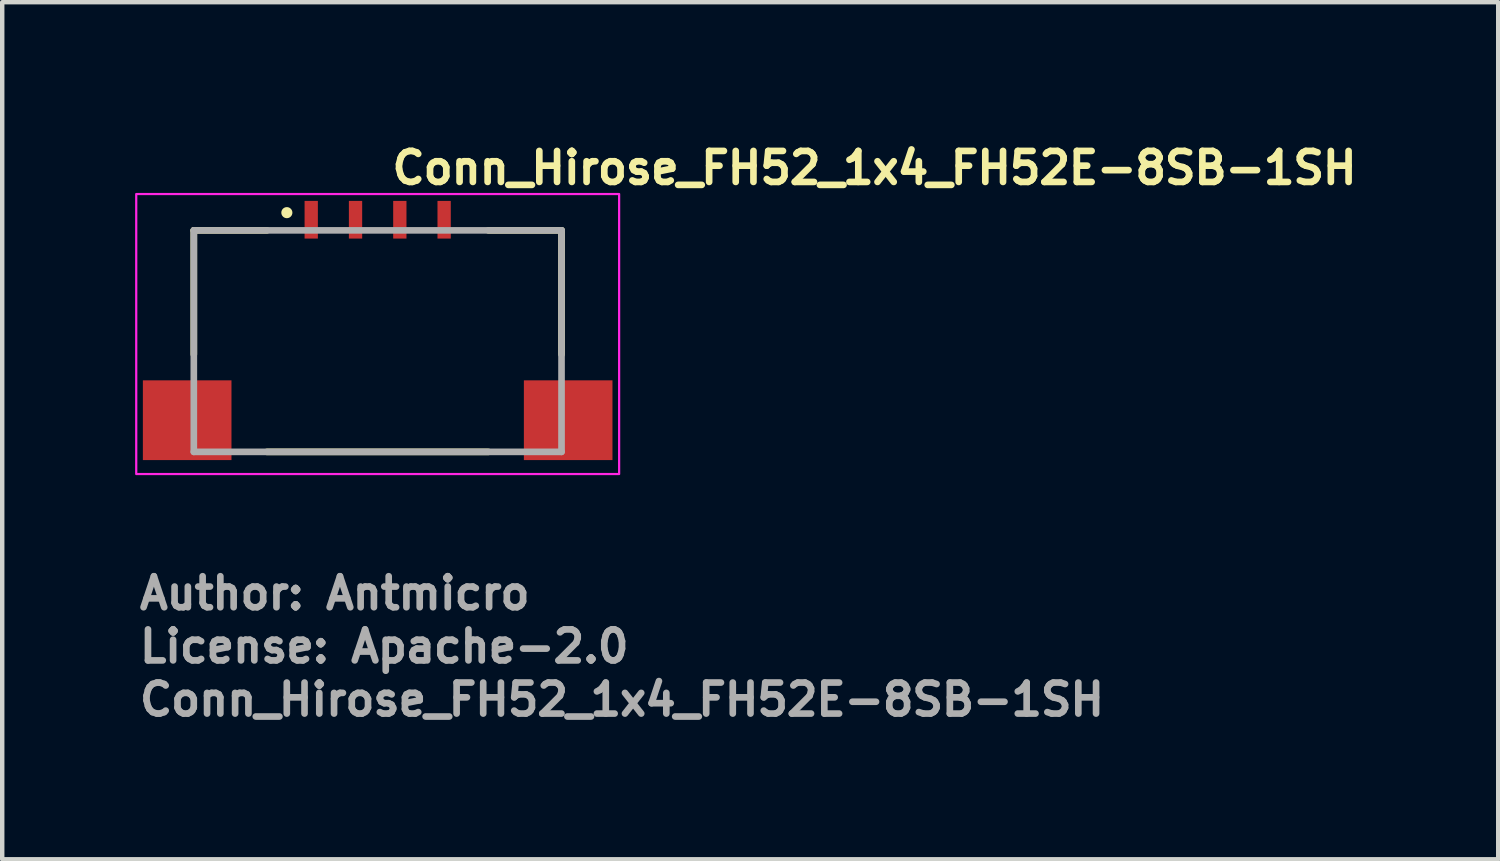
<source format=kicad_pcb>
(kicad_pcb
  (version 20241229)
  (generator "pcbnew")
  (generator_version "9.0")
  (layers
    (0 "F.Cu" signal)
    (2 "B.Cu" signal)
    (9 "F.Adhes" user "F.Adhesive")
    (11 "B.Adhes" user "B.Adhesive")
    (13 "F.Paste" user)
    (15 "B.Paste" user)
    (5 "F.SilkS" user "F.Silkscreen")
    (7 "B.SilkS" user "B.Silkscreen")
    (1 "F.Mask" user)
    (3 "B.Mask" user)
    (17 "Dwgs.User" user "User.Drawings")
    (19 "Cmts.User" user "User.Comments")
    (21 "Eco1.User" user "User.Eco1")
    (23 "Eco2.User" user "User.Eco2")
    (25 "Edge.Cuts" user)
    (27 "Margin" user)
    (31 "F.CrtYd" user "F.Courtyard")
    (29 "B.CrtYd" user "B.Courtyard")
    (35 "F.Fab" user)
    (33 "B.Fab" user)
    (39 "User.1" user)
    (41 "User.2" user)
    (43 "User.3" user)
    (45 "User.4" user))
  (footprint "Conn_Hirose_FH52_1x4_FH52E-8SB-1SH"
    (layer "F.Cu")
    (at 5.725 4.55)
    (property "Reference" "Conn_Hirose_FH52_1x4_FH52E-8SB-1SH" (at 0 -3.4 0) (layer "F.SilkS") (effects (font (size 0.7 0.7) (thickness 0.15)) (justify left bottom)))
    (attr smd)
    (fp_line (start -4.4 -2.4) (end -4.4 0.4) (stroke (width 0.15) (type solid)) (layer "F.SilkS"))
    (fp_line (start -2.75 -2.4) (end -4.4 -2.4) (stroke (width 0.15) (type solid)) (layer "F.SilkS"))
    (fp_line (start -2.75 2.6) (end 2.25 2.6) (stroke (width 0.15) (type solid)) (layer "F.SilkS"))
    (fp_line (start 2.25 -2.4) (end 3.9 -2.4) (stroke (width 0.15) (type solid)) (layer "F.SilkS"))
    (fp_line (start 3.9 -2.4) (end 3.9 0.4) (stroke (width 0.15) (type solid)) (layer "F.SilkS"))
    (fp_circle (center -2.3 -2.8) (end -2.25 -2.8) (stroke (width 0.15) (type solid)) (fill yes) (layer "F.SilkS"))
    (fp_rect (start -5.7 -3.22) (end 5.2 3.1) (stroke (width 0.05) (type solid)) (fill no) (layer "F.CrtYd"))
    (fp_line (start -4.4 -2.4) (end 3.9 -2.4) (stroke (width 0.15) (type solid)) (layer "F.Fab"))
    (fp_line (start -4.4 2.6) (end -4.4 -2.4) (stroke (width 0.15) (type solid)) (layer "F.Fab"))
    (fp_line (start 3.9 -2.4) (end 3.9 2.6) (stroke (width 0.15) (type solid)) (layer "F.Fab"))
    (fp_line (start 3.9 2.6) (end -4.4 2.6) (stroke (width 0.15) (type solid)) (layer "F.Fab"))
    (fp_rect (start -4.55 -2.875) (end 4.55 2.875) (stroke (width 0.1) (type solid)) (fill no) (layer "User.5"))
    (fp_line (start -4.55 2.475) (end -4.55 1.275) (stroke (width 0.02) (type solid)) (layer "User.9"))
    (fp_line (start -4.15 -1.525) (end -4.15 2.625) (stroke (width 0.02) (type solid)) (layer "User.9"))
    (fp_line (start -4.15 1.275) (end -4.55 1.275) (stroke (width 0.02) (type solid)) (layer "User.9"))
    (fp_line (start -4.15 2.475) (end -4.55 2.475) (stroke (width 0.02) (type solid)) (layer "User.9"))
    (fp_line (start -4.15 2.625) (end -3.795 2.625) (stroke (width 0.02) (type solid)) (layer "User.9"))
    (fp_line (start -3.795 -0.635) (end -3.795 2.625) (stroke (width 0.02) (type solid)) (layer "User.9"))
    (fp_line (start -3.795 2.625) (end -3.645 2.625) (stroke (width 0.02) (type solid)) (layer "User.9"))
    (fp_line (start -3.645 -0.635) (end -3.645 2.625) (stroke (width 0.02) (type solid)) (layer "User.9"))
    (fp_line (start -3.645 -0.495) (end -2.855 -0.495) (stroke (width 0.02) (type solid)) (layer "User.9"))
    (fp_line (start -3.585 -0.055) (end -3.585 0.847) (stroke (width 0.02) (type solid)) (layer "User.9"))
    (fp_line (start -3.585 -0.055) (end -2.925 -0.055) (stroke (width 0.02) (type solid)) (layer "User.9"))
    (fp_line (start -3.585 0.847) (end -2.925 0.847) (stroke (width 0.02) (type solid)) (layer "User.9"))
    (fp_line (start -3.585 1.045) (end -3.585 0.847) (stroke (width 0.02) (type solid)) (layer "User.9"))
    (fp_line (start -3.585 1.045) (end 3.585 1.045) (stroke (width 0.02) (type solid)) (layer "User.9"))
    (fp_line (start -3.585 2.625) (end -3.645 2.625) (stroke (width 0.02) (type solid)) (layer "User.9"))
    (fp_line (start -3.585 2.625) (end -3.585 1.045) (stroke (width 0.02) (type solid)) (layer "User.9"))
    (fp_line (start -3.585 2.825) (end -3.585 2.625) (stroke (width 0.02) (type solid)) (layer "User.9"))
    (fp_line (start -3.425 2.825) (end -3.425 2.875) (stroke (width 0.02) (type solid)) (layer "User.9"))
    (fp_line (start -3.275 -0.495) (end -3.275 -0.055) (stroke (width 0.02) (type solid)) (layer "User.9"))
    (fp_line (start -3.275 2.825) (end -3.275 2.875) (stroke (width 0.02) (type solid)) (layer "User.9"))
    (fp_line (start -3.275 2.875) (end -3.425 2.875) (stroke (width 0.02) (type solid)) (layer "User.9"))
    (fp_line (start -3.262 -0.495) (end -3.262 -0.055) (stroke (width 0.02) (type solid)) (layer "User.9"))
    (fp_line (start -2.95 -2.175) (end -2.95 -1.525) (stroke (width 0.02) (type solid)) (layer "User.9"))
    (fp_line (start -2.95 -2.175) (end 2.95 -2.175) (stroke (width 0.02) (type solid)) (layer "User.9"))
    (fp_line (start -2.95 -1.525) (end -4.15 -1.525) (stroke (width 0.02) (type solid)) (layer "User.9"))
    (fp_line (start -2.925 0.795) (end 2.925 0.795) (stroke (width 0.02) (type solid)) (layer "User.9"))
    (fp_line (start -2.925 0.847) (end -2.925 -0.055) (stroke (width 0.02) (type solid)) (layer "User.9"))
    (fp_line (start -2.855 -0.635) (end -3.795 -0.635) (stroke (width 0.02) (type solid)) (layer "User.9"))
    (fp_line (start -2.855 -0.495) (end -2.855 -0.635) (stroke (width 0.02) (type solid)) (layer "User.9"))
    (fp_line (start -2.855 -0.495) (end 2.855 -0.495) (stroke (width 0.02) (type solid)) (layer "User.9"))
    (fp_line (start -2.855 -0.075) (end -2.855 -0.495) (stroke (width 0.02) (type solid)) (layer "User.9"))
    (fp_line (start -2.855 -0.075) (end -2.855 0.075) (stroke (width 0.02) (type solid)) (layer "User.9"))
    (fp_line (start -2.665 0.075) (end -2.855 0.075) (stroke (width 0.02) (type solid)) (layer "User.9"))
    (fp_line (start -2.665 0.075) (end -2.538 -0.075) (stroke (width 0.02) (type solid)) (layer "User.9"))
    (fp_line (start -2.538 -0.075) (end -2.855 -0.075) (stroke (width 0.02) (type solid)) (layer "User.9"))
    (fp_line (start -2.538 -0.075) (end -2.285 -0.375) (stroke (width 0.02) (type solid)) (layer "User.9"))
    (fp_line (start -2.285 -0.475) (end -2.225 -0.475) (stroke (width 0.02) (type solid)) (layer "User.9"))
    (fp_line (start -2.285 -0.375) (end -2.285 -0.495) (stroke (width 0.02) (type solid)) (layer "User.9"))
    (fp_line (start -2.225 -0.495) (end -2.225 0.495) (stroke (width 0.02) (type solid)) (layer "User.9"))
    (fp_line (start -2.225 0.495) (end -2.925 0.495) (stroke (width 0.02) (type solid)) (layer "User.9"))
    (fp_line (start -1.81 -2.875) (end -1.81 -2.575) (stroke (width 0.02) (type solid)) (layer "User.9"))
    (fp_line (start -1.81 -2.525) (end -1.81 -2.575) (stroke (width 0.02) (type solid)) (layer "User.9"))
    (fp_line (start -1.81 -2.525) (end -1.81 -2.325) (stroke (width 0.02) (type solid)) (layer "User.9"))
    (fp_line (start -1.81 -2.225) (end -1.81 -2.325) (stroke (width 0.02) (type solid)) (layer "User.9"))
    (fp_line (start -1.81 -2.175) (end -1.81 -2.225) (stroke (width 0.02) (type solid)) (layer "User.9"))
    (fp_line (start -1.81 -0.495) (end -1.81 0.165) (stroke (width 0.02) (type solid)) (layer "User.9"))
    (fp_line (start -1.81 0.165) (end -1.81 0.305) (stroke (width 0.02) (type solid)) (layer "User.9"))
    (fp_line (start -1.69 -2.875) (end -1.81 -2.875) (stroke (width 0.02) (type solid)) (layer "User.9"))
    (fp_line (start -1.69 -2.575) (end -1.69 -2.875) (stroke (width 0.02) (type solid)) (layer "User.9"))
    (fp_line (start -1.69 -2.525) (end -1.81 -2.525) (stroke (width 0.02) (type solid)) (layer "User.9"))
    (fp_line (start -1.69 -2.525) (end -1.69 -2.575) (stroke (width 0.02) (type solid)) (layer "User.9"))
    (fp_line (start -1.69 -2.325) (end -1.69 -2.525) (stroke (width 0.02) (type solid)) (layer "User.9"))
    (fp_line (start -1.69 -2.225) (end -1.81 -2.225) (stroke (width 0.02) (type solid)) (layer "User.9"))
    (fp_line (start -1.69 -2.225) (end -1.69 -2.325) (stroke (width 0.02) (type solid)) (layer "User.9"))
    (fp_line (start -1.69 -2.175) (end -1.69 -2.225) (stroke (width 0.02) (type solid)) (layer "User.9"))
    (fp_line (start -1.69 0.165) (end -1.81 0.165) (stroke (width 0.02) (type solid)) (layer "User.9"))
    (fp_line (start -1.69 0.165) (end -1.69 -0.495) (stroke (width 0.02) (type solid)) (layer "User.9"))
    (fp_line (start -1.69 0.305) (end -1.81 0.305) (stroke (width 0.02) (type solid)) (layer "User.9"))
    (fp_line (start -1.69 0.305) (end -1.69 0.165) (stroke (width 0.02) (type solid)) (layer "User.9"))
    (fp_line (start -0.81 -2.875) (end -0.81 -2.575) (stroke (width 0.02) (type solid)) (layer "User.9"))
    (fp_line (start -0.81 -2.525) (end -0.81 -2.575) (stroke (width 0.02) (type solid)) (layer "User.9"))
    (fp_line (start -0.81 -2.525) (end -0.81 -2.325) (stroke (width 0.02) (type solid)) (layer "User.9"))
    (fp_line (start -0.81 -2.225) (end -0.81 -2.325) (stroke (width 0.02) (type solid)) (layer "User.9"))
    (fp_line (start -0.81 -2.175) (end -0.81 -2.225) (stroke (width 0.02) (type solid)) (layer "User.9"))
    (fp_line (start -0.81 -0.495) (end -0.81 0.165) (stroke (width 0.02) (type solid)) (layer "User.9"))
    (fp_line (start -0.81 0.165) (end -0.81 0.305) (stroke (width 0.02) (type solid)) (layer "User.9"))
    (fp_line (start -0.69 -2.875) (end -0.81 -2.875) (stroke (width 0.02) (type solid)) (layer "User.9"))
    (fp_line (start -0.69 -2.575) (end -0.69 -2.875) (stroke (width 0.02) (type solid)) (layer "User.9"))
    (fp_line (start -0.69 -2.525) (end -0.81 -2.525) (stroke (width 0.02) (type solid)) (layer "User.9"))
    (fp_line (start -0.69 -2.525) (end -0.69 -2.575) (stroke (width 0.02) (type solid)) (layer "User.9"))
    (fp_line (start -0.69 -2.325) (end -0.69 -2.525) (stroke (width 0.02) (type solid)) (layer "User.9"))
    (fp_line (start -0.69 -2.225) (end -0.81 -2.225) (stroke (width 0.02) (type solid)) (layer "User.9"))
    (fp_line (start -0.69 -2.225) (end -0.69 -2.325) (stroke (width 0.02) (type solid)) (layer "User.9"))
    (fp_line (start -0.69 -2.175) (end -0.69 -2.225) (stroke (width 0.02) (type solid)) (layer "User.9"))
    (fp_line (start -0.69 0.165) (end -0.81 0.165) (stroke (width 0.02) (type solid)) (layer "User.9"))
    (fp_line (start -0.69 0.165) (end -0.69 -0.495) (stroke (width 0.02) (type solid)) (layer "User.9"))
    (fp_line (start -0.69 0.305) (end -0.81 0.305) (stroke (width 0.02) (type solid)) (layer "User.9"))
    (fp_line (start -0.69 0.305) (end -0.69 0.165) (stroke (width 0.02) (type solid)) (layer "User.9"))
    (fp_line (start 0.19 -2.875) (end 0.19 -2.575) (stroke (width 0.02) (type solid)) (layer "User.9"))
    (fp_line (start 0.19 -2.525) (end 0.19 -2.575) (stroke (width 0.02) (type solid)) (layer "User.9"))
    (fp_line (start 0.19 -2.525) (end 0.19 -2.325) (stroke (width 0.02) (type solid)) (layer "User.9"))
    (fp_line (start 0.19 -2.225) (end 0.19 -2.325) (stroke (width 0.02) (type solid)) (layer "User.9"))
    (fp_line (start 0.19 -2.175) (end 0.19 -2.225) (stroke (width 0.02) (type solid)) (layer "User.9"))
    (fp_line (start 0.19 -0.495) (end 0.19 0.165) (stroke (width 0.02) (type solid)) (layer "User.9"))
    (fp_line (start 0.19 0.165) (end 0.19 0.305) (stroke (width 0.02) (type solid)) (layer "User.9"))
    (fp_line (start 0.31 -2.875) (end 0.19 -2.875) (stroke (width 0.02) (type solid)) (layer "User.9"))
    (fp_line (start 0.31 -2.575) (end 0.31 -2.875) (stroke (width 0.02) (type solid)) (layer "User.9"))
    (fp_line (start 0.31 -2.525) (end 0.19 -2.525) (stroke (width 0.02) (type solid)) (layer "User.9"))
    (fp_line (start 0.31 -2.525) (end 0.31 -2.575) (stroke (width 0.02) (type solid)) (layer "User.9"))
    (fp_line (start 0.31 -2.325) (end 0.31 -2.525) (stroke (width 0.02) (type solid)) (layer "User.9"))
    (fp_line (start 0.31 -2.225) (end 0.19 -2.225) (stroke (width 0.02) (type solid)) (layer "User.9"))
    (fp_line (start 0.31 -2.225) (end 0.31 -2.325) (stroke (width 0.02) (type solid)) (layer "User.9"))
    (fp_line (start 0.31 -2.175) (end 0.31 -2.225) (stroke (width 0.02) (type solid)) (layer "User.9"))
    (fp_line (start 0.31 0.165) (end 0.19 0.165) (stroke (width 0.02) (type solid)) (layer "User.9"))
    (fp_line (start 0.31 0.165) (end 0.31 -0.495) (stroke (width 0.02) (type solid)) (layer "User.9"))
    (fp_line (start 0.31 0.305) (end 0.19 0.305) (stroke (width 0.02) (type solid)) (layer "User.9"))
    (fp_line (start 0.31 0.305) (end 0.31 0.165) (stroke (width 0.02) (type solid)) (layer "User.9"))
    (fp_line (start 1.19 -2.875) (end 1.19 -2.575) (stroke (width 0.02) (type solid)) (layer "User.9"))
    (fp_line (start 1.19 -2.525) (end 1.19 -2.575) (stroke (width 0.02) (type solid)) (layer "User.9"))
    (fp_line (start 1.19 -2.525) (end 1.19 -2.325) (stroke (width 0.02) (type solid)) (layer "User.9"))
    (fp_line (start 1.19 -2.225) (end 1.19 -2.325) (stroke (width 0.02) (type solid)) (layer "User.9"))
    (fp_line (start 1.19 -2.175) (end 1.19 -2.225) (stroke (width 0.02) (type solid)) (layer "User.9"))
    (fp_line (start 1.19 -0.495) (end 1.19 0.165) (stroke (width 0.02) (type solid)) (layer "User.9"))
    (fp_line (start 1.19 0.165) (end 1.19 0.305) (stroke (width 0.02) (type solid)) (layer "User.9"))
    (fp_line (start 1.31 -2.875) (end 1.19 -2.875) (stroke (width 0.02) (type solid)) (layer "User.9"))
    (fp_line (start 1.31 -2.575) (end 1.31 -2.875) (stroke (width 0.02) (type solid)) (layer "User.9"))
    (fp_line (start 1.31 -2.525) (end 1.19 -2.525) (stroke (width 0.02) (type solid)) (layer "User.9"))
    (fp_line (start 1.31 -2.525) (end 1.31 -2.575) (stroke (width 0.02) (type solid)) (layer "User.9"))
    (fp_line (start 1.31 -2.325) (end 1.31 -2.525) (stroke (width 0.02) (type solid)) (layer "User.9"))
    (fp_line (start 1.31 -2.225) (end 1.19 -2.225) (stroke (width 0.02) (type solid)) (layer "User.9"))
    (fp_line (start 1.31 -2.225) (end 1.31 -2.325) (stroke (width 0.02) (type solid)) (layer "User.9"))
    (fp_line (start 1.31 -2.175) (end 1.31 -2.225) (stroke (width 0.02) (type solid)) (layer "User.9"))
    (fp_line (start 1.31 0.165) (end 1.19 0.165) (stroke (width 0.02) (type solid)) (layer "User.9"))
    (fp_line (start 1.31 0.165) (end 1.31 -0.495) (stroke (width 0.02) (type solid)) (layer "User.9"))
    (fp_line (start 1.31 0.305) (end 1.19 0.305) (stroke (width 0.02) (type solid)) (layer "User.9"))
    (fp_line (start 1.31 0.305) (end 1.31 0.165) (stroke (width 0.02) (type solid)) (layer "User.9"))
    (fp_line (start 2.225 -0.495) (end 2.225 0.495) (stroke (width 0.02) (type solid)) (layer "User.9"))
    (fp_line (start 2.225 -0.475) (end 2.285 -0.475) (stroke (width 0.02) (type solid)) (layer "User.9"))
    (fp_line (start 2.225 0.495) (end 2.925 0.495) (stroke (width 0.02) (type solid)) (layer "User.9"))
    (fp_line (start 2.285 -0.375) (end 2.285 -0.495) (stroke (width 0.02) (type solid)) (layer "User.9"))
    (fp_line (start 2.538 -0.075) (end 2.285 -0.375) (stroke (width 0.02) (type solid)) (layer "User.9"))
    (fp_line (start 2.538 -0.075) (end 2.855 -0.075) (stroke (width 0.02) (type solid)) (layer "User.9"))
    (fp_line (start 2.665 0.075) (end 2.538 -0.075) (stroke (width 0.02) (type solid)) (layer "User.9"))
    (fp_line (start 2.665 0.075) (end 2.855 0.075) (stroke (width 0.02) (type solid)) (layer "User.9"))
    (fp_line (start 2.855 -0.635) (end 3.795 -0.635) (stroke (width 0.02) (type solid)) (layer "User.9"))
    (fp_line (start 2.855 -0.495) (end 2.855 -0.635) (stroke (width 0.02) (type solid)) (layer "User.9"))
    (fp_line (start 2.855 -0.075) (end 2.855 -0.495) (stroke (width 0.02) (type solid)) (layer "User.9"))
    (fp_line (start 2.855 -0.075) (end 2.855 0.075) (stroke (width 0.02) (type solid)) (layer "User.9"))
    (fp_line (start 2.925 0.847) (end 2.925 -0.055) (stroke (width 0.02) (type solid)) (layer "User.9"))
    (fp_line (start 2.95 -2.175) (end 2.95 -1.525) (stroke (width 0.02) (type solid)) (layer "User.9"))
    (fp_line (start 2.95 -1.525) (end 4.15 -1.525) (stroke (width 0.02) (type solid)) (layer "User.9"))
    (fp_line (start 3.262 -0.495) (end 3.262 -0.055) (stroke (width 0.02) (type solid)) (layer "User.9"))
    (fp_line (start 3.275 -0.495) (end 3.275 -0.055) (stroke (width 0.02) (type solid)) (layer "User.9"))
    (fp_line (start 3.275 2.825) (end 3.275 2.875) (stroke (width 0.02) (type solid)) (layer "User.9"))
    (fp_line (start 3.425 2.825) (end 3.425 2.875) (stroke (width 0.02) (type solid)) (layer "User.9"))
    (fp_line (start 3.425 2.875) (end 3.275 2.875) (stroke (width 0.02) (type solid)) (layer "User.9"))
    (fp_line (start 3.585 -0.055) (end 2.925 -0.055) (stroke (width 0.02) (type solid)) (layer "User.9"))
    (fp_line (start 3.585 -0.055) (end 3.585 0.847) (stroke (width 0.02) (type solid)) (layer "User.9"))
    (fp_line (start 3.585 0.847) (end 2.925 0.847) (stroke (width 0.02) (type solid)) (layer "User.9"))
    (fp_line (start 3.585 1.045) (end 3.585 0.847) (stroke (width 0.02) (type solid)) (layer "User.9"))
    (fp_line (start 3.585 2.625) (end 3.585 1.045) (stroke (width 0.02) (type solid)) (layer "User.9"))
    (fp_line (start 3.585 2.625) (end 3.645 2.625) (stroke (width 0.02) (type solid)) (layer "User.9"))
    (fp_line (start 3.585 2.825) (end -3.585 2.825) (stroke (width 0.02) (type solid)) (layer "User.9"))
    (fp_line (start 3.585 2.825) (end 3.585 2.625) (stroke (width 0.02) (type solid)) (layer "User.9"))
    (fp_line (start 3.645 -0.635) (end 3.645 2.625) (stroke (width 0.02) (type solid)) (layer "User.9"))
    (fp_line (start 3.645 -0.495) (end 2.855 -0.495) (stroke (width 0.02) (type solid)) (layer "User.9"))
    (fp_line (start 3.795 -0.635) (end 3.795 2.625) (stroke (width 0.02) (type solid)) (layer "User.9"))
    (fp_line (start 3.795 2.625) (end 3.645 2.625) (stroke (width 0.02) (type solid)) (layer "User.9"))
    (fp_line (start 4.15 -1.525) (end 4.15 2.625) (stroke (width 0.02) (type solid)) (layer "User.9"))
    (fp_line (start 4.15 1.275) (end 4.55 1.275) (stroke (width 0.02) (type solid)) (layer "User.9"))
    (fp_line (start 4.15 2.475) (end 4.55 2.475) (stroke (width 0.02) (type solid)) (layer "User.9"))
    (fp_line (start 4.15 2.625) (end 3.795 2.625) (stroke (width 0.02) (type solid)) (layer "User.9"))
    (fp_line (start 4.55 2.475) (end 4.55 1.275) (stroke (width 0.02) (type solid)) (layer "User.9"))
    (fp_text user "${REFERENCE}" (at -5.7 8.6 0) (layer "F.Fab") (effects (font (size 0.7 0.7) (thickness 0.15)) (justify left bottom)))
    (fp_text user "Author: Antmicro" (at -5.7 6.2 0) (layer "F.Fab") (effects (font (size 0.7 0.7) (thickness 0.15)) (justify left bottom)))
    (fp_text user "License: Apache-2.0" (at -5.7 7.4 0) (layer "F.Fab") (effects (font (size 0.7 0.7) (thickness 0.15)) (justify left bottom)))
    (pad "1" smd rect (at -1.75 -2.64) (size 0.3 0.85) (layers "F.Cu" "F.Mask" "F.Paste"))
    (pad "2" smd rect (at -0.75 -2.64) (size 0.3 0.85) (layers "F.Cu" "F.Mask" "F.Paste"))
    (pad "3" smd rect (at 0.25 -2.64) (size 0.3 0.85) (layers "F.Cu" "F.Mask" "F.Paste"))
    (pad "4" smd rect (at 1.25 -2.64) (size 0.3 0.85) (layers "F.Cu" "F.Mask" "F.Paste"))
    (pad "MP" smd rect (at -4.55 1.885 90) (size 1.8 2) (layers "F.Cu" "F.Mask" "F.Paste"))
    (pad "MP" smd rect (at 4.05 1.885 90) (size 1.8 2) (layers "F.Cu" "F.Mask" "F.Paste")))
  (gr_rect
    (start -3 -3)
    (end 30.768 16.346)
    (stroke (width 0.1) (type default))
    (fill no)
    (layer "Edge.Cuts")))
</source>
